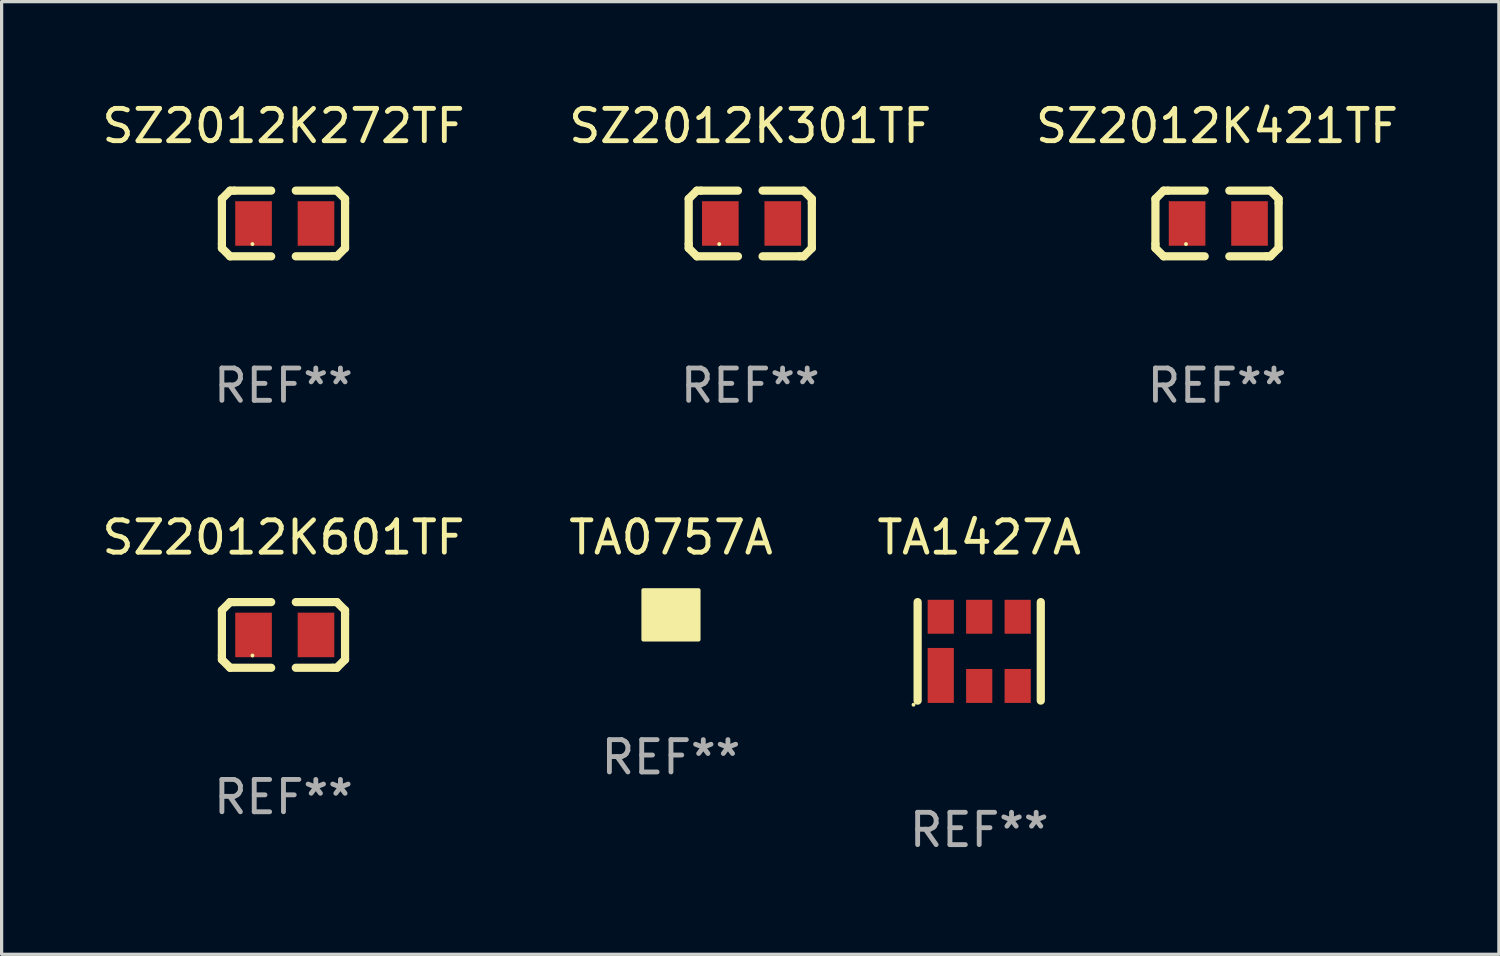
<source format=kicad_pcb>
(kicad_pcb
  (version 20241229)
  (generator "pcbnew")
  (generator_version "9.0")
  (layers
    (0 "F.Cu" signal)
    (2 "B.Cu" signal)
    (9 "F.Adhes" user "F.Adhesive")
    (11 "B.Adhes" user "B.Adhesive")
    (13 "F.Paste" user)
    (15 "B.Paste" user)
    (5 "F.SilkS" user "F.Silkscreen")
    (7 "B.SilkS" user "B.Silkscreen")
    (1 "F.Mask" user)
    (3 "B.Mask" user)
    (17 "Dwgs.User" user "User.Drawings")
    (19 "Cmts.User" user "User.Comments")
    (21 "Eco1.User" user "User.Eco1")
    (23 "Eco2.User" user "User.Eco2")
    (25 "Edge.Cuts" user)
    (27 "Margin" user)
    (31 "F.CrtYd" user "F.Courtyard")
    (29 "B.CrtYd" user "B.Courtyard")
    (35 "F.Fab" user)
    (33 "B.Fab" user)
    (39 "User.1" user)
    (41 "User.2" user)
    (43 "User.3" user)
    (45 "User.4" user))
  (footprint "SZ2012K272TF"
    (layer "F.Cu")
    (at 5.72 3.864)
    (property "Reference" "SZ2012K272TF" (at 0 -3.016 0) (layer "F.SilkS") (effects (font (size 1 1) (thickness 0.15))))
    (attr through_hole)
    (fp_line (start -1.905 -0.762) (end -1.905 0.635) (stroke (width 0.254) (type solid)) (layer "F.SilkS"))
    (fp_line (start -1.905 0.635) (end -1.905 0.762) (stroke (width 0.254) (type solid)) (layer "F.SilkS"))
    (fp_line (start -1.905 0.762) (end -1.651 1.016) (stroke (width 0.254) (type solid)) (layer "F.SilkS"))
    (fp_line (start -1.651 -1.016) (end -1.905 -0.762) (stroke (width 0.254) (type solid)) (layer "F.SilkS"))
    (fp_line (start -1.651 1.016) (end -0.381 1.016) (stroke (width 0.254) (type solid)) (layer "F.SilkS"))
    (fp_line (start -1.524 -1.016) (end -1.651 -1.016) (stroke (width 0.254) (type solid)) (layer "F.SilkS"))
    (fp_line (start -0.381 -1.016) (end -1.524 -1.016) (stroke (width 0.254) (type solid)) (layer "F.SilkS"))
    (fp_line (start 0.381 1.016) (end 1.524 1.016) (stroke (width 0.254) (type solid)) (layer "F.SilkS"))
    (fp_line (start 1.524 1.016) (end 1.651 1.016) (stroke (width 0.254) (type solid)) (layer "F.SilkS"))
    (fp_line (start 1.651 -1.016) (end 0.381 -1.016) (stroke (width 0.254) (type solid)) (layer "F.SilkS"))
    (fp_line (start 1.651 1.016) (end 1.905 0.762) (stroke (width 0.254) (type solid)) (layer "F.SilkS"))
    (fp_line (start 1.905 -0.762) (end 1.651 -1.016) (stroke (width 0.254) (type solid)) (layer "F.SilkS"))
    (fp_line (start 1.905 -0.635) (end 1.905 -0.762) (stroke (width 0.254) (type solid)) (layer "F.SilkS"))
    (fp_line (start 1.905 0.762) (end 1.905 -0.635) (stroke (width 0.254) (type solid)) (layer "F.SilkS"))
    (fp_circle (center -0.96 0.637) (end -0.93 0.637) (stroke (width 0.06) (type solid)) (fill no) (layer "F.SilkS"))
    (fp_text user "REF**" (at 0 5.016 0) (layer "F.Fab") (effects (font (size 1 1) (thickness 0.15))))
    (pad "1" smd rect (at -0.926 -0.000051) (size 1.133 1.377) (layers "F.Cu" "F.Mask" "F.Paste"))
    (pad "2" smd rect (at 1.006 -0.000051) (size 1.133 1.377) (layers "F.Cu" "F.Mask" "F.Paste")))
  (footprint "TA0757A"
    (layer "F.Cu")
    (at 17.708 15.977)
    (property "Reference" "TA0757A" (at 0 -2.4 0) (layer "F.SilkS") (effects (font (size 1 1) (thickness 0.15))))
    (attr through_hole)
    (fp_circle (center 0.725 -0.55) (end 0.755 -0.55) (stroke (width 0.06) (type solid)) (fill no) (layer "F.SilkS"))
    (fp_poly (pts (xy -0.855 -0.77) (xy 0.855 -0.77) (xy 0.855 0.76) (xy -0.855 0.76)) (stroke (width 0.12) (type solid)) (fill yes) (layer "F.SilkS"))
    (fp_text user "REF**" (at 0 4.4 0) (layer "F.Fab") (effects (font (size 1 1) (thickness 0.15))))
    (pad "A" smd rect (at 0.525 -0.4) (size 0.27 0.5) (layers "F.Cu" "F.Mask" "F.Paste"))
    (pad "B" smd rect (at 0.025 -0.4) (size 0.27 0.5) (layers "F.Cu" "F.Mask" "F.Paste"))
    (pad "C" smd rect (at -0.525 0) (size 0.4 0.4) (layers "F.Cu" "F.Mask" "F.Paste"))
    (pad "D" smd rect (at 0.025 0.4) (size 0.27 0.5) (layers "F.Cu" "F.Mask" "F.Paste"))
    (pad "E" smd rect (at 0.525 0.4) (size 0.27 0.5) (layers "F.Cu" "F.Mask" "F.Paste")))
  (footprint "SZ2012K601TF"
    (layer "F.Cu")
    (at 5.72 16.593)
    (property "Reference" "SZ2012K601TF" (at 0 -3.016 0) (layer "F.SilkS") (effects (font (size 1 1) (thickness 0.15))))
    (attr through_hole)
    (fp_line (start -1.905 -0.762) (end -1.905 0.635) (stroke (width 0.254) (type solid)) (layer "F.SilkS"))
    (fp_line (start -1.905 0.635) (end -1.905 0.762) (stroke (width 0.254) (type solid)) (layer "F.SilkS"))
    (fp_line (start -1.905 0.762) (end -1.651 1.016) (stroke (width 0.254) (type solid)) (layer "F.SilkS"))
    (fp_line (start -1.651 -1.016) (end -1.905 -0.762) (stroke (width 0.254) (type solid)) (layer "F.SilkS"))
    (fp_line (start -1.651 1.016) (end -0.381 1.016) (stroke (width 0.254) (type solid)) (layer "F.SilkS"))
    (fp_line (start -1.524 -1.016) (end -1.651 -1.016) (stroke (width 0.254) (type solid)) (layer "F.SilkS"))
    (fp_line (start -0.381 -1.016) (end -1.524 -1.016) (stroke (width 0.254) (type solid)) (layer "F.SilkS"))
    (fp_line (start 0.381 1.016) (end 1.524 1.016) (stroke (width 0.254) (type solid)) (layer "F.SilkS"))
    (fp_line (start 1.524 1.016) (end 1.651 1.016) (stroke (width 0.254) (type solid)) (layer "F.SilkS"))
    (fp_line (start 1.651 -1.016) (end 0.381 -1.016) (stroke (width 0.254) (type solid)) (layer "F.SilkS"))
    (fp_line (start 1.651 1.016) (end 1.905 0.762) (stroke (width 0.254) (type solid)) (layer "F.SilkS"))
    (fp_line (start 1.905 -0.762) (end 1.651 -1.016) (stroke (width 0.254) (type solid)) (layer "F.SilkS"))
    (fp_line (start 1.905 -0.635) (end 1.905 -0.762) (stroke (width 0.254) (type solid)) (layer "F.SilkS"))
    (fp_line (start 1.905 0.762) (end 1.905 -0.635) (stroke (width 0.254) (type solid)) (layer "F.SilkS"))
    (fp_circle (center -0.96 0.637) (end -0.93 0.637) (stroke (width 0.06) (type solid)) (fill no) (layer "F.SilkS"))
    (fp_text user "REF**" (at 0 5.016 0) (layer "F.Fab") (effects (font (size 1 1) (thickness 0.15))))
    (pad "1" smd rect (at -0.926 -0.000051) (size 1.133 1.377) (layers "F.Cu" "F.Mask" "F.Paste"))
    (pad "2" smd rect (at 1.006 -0.000051) (size 1.133 1.377) (layers "F.Cu" "F.Mask" "F.Paste")))
  (footprint "TA1427A"
    (layer "F.Cu")
    (at 27.244 17.101)
    (property "Reference" "TA1427A" (at 0 -3.524 0) (layer "F.SilkS") (effects (font (size 1 1) (thickness 0.15))))
    (attr through_hole)
    (fp_line (start -1.905 1.524) (end -1.905 -1.524) (stroke (width 0.254) (type solid)) (layer "F.SilkS"))
    (fp_line (start 1.905 1.524) (end 1.905 -1.524) (stroke (width 0.254) (type solid)) (layer "F.SilkS"))
    (fp_circle (center -2.032 1.651) (end -2.002 1.651) (stroke (width 0.06) (type solid)) (fill no) (layer "F.SilkS"))
    (fp_text user "REF**" (at 0 5.524 0) (layer "F.Fab") (effects (font (size 1 1) (thickness 0.15))))
    (pad "1" smd rect (at -1.19 0.745) (size 0.81 1.7) (layers "F.Cu" "F.Mask" "F.Paste"))
    (pad "2" smd rect (at 0 1.07) (size 0.81 1.05) (layers "F.Cu" "F.Mask" "F.Paste"))
    (pad "3" smd rect (at 1.19 1.07) (size 0.81 1.05) (layers "F.Cu" "F.Mask" "F.Paste"))
    (pad "4" smd rect (at 1.19 -1.07) (size 0.81 1.05) (layers "F.Cu" "F.Mask" "F.Paste"))
    (pad "5" smd rect (at 0 -1.07) (size 0.81 1.05) (layers "F.Cu" "F.Mask" "F.Paste"))
    (pad "6" smd rect (at -1.19 -1.07) (size 0.81 1.05) (layers "F.Cu" "F.Mask" "F.Paste")))
  (footprint "SZ2012K301TF"
    (layer "F.Cu")
    (at 20.161 3.864)
    (property "Reference" "SZ2012K301TF" (at 0 -3.016 0) (layer "F.SilkS") (effects (font (size 1 1) (thickness 0.15))))
    (attr through_hole)
    (fp_line (start -1.905 -0.762) (end -1.905 0.635) (stroke (width 0.254) (type solid)) (layer "F.SilkS"))
    (fp_line (start -1.905 0.635) (end -1.905 0.762) (stroke (width 0.254) (type solid)) (layer "F.SilkS"))
    (fp_line (start -1.905 0.762) (end -1.651 1.016) (stroke (width 0.254) (type solid)) (layer "F.SilkS"))
    (fp_line (start -1.651 -1.016) (end -1.905 -0.762) (stroke (width 0.254) (type solid)) (layer "F.SilkS"))
    (fp_line (start -1.651 1.016) (end -0.381 1.016) (stroke (width 0.254) (type solid)) (layer "F.SilkS"))
    (fp_line (start -1.524 -1.016) (end -1.651 -1.016) (stroke (width 0.254) (type solid)) (layer "F.SilkS"))
    (fp_line (start -0.381 -1.016) (end -1.524 -1.016) (stroke (width 0.254) (type solid)) (layer "F.SilkS"))
    (fp_line (start 0.381 1.016) (end 1.524 1.016) (stroke (width 0.254) (type solid)) (layer "F.SilkS"))
    (fp_line (start 1.524 1.016) (end 1.651 1.016) (stroke (width 0.254) (type solid)) (layer "F.SilkS"))
    (fp_line (start 1.651 -1.016) (end 0.381 -1.016) (stroke (width 0.254) (type solid)) (layer "F.SilkS"))
    (fp_line (start 1.651 1.016) (end 1.905 0.762) (stroke (width 0.254) (type solid)) (layer "F.SilkS"))
    (fp_line (start 1.905 -0.762) (end 1.651 -1.016) (stroke (width 0.254) (type solid)) (layer "F.SilkS"))
    (fp_line (start 1.905 -0.635) (end 1.905 -0.762) (stroke (width 0.254) (type solid)) (layer "F.SilkS"))
    (fp_line (start 1.905 0.762) (end 1.905 -0.635) (stroke (width 0.254) (type solid)) (layer "F.SilkS"))
    (fp_circle (center -0.96 0.637) (end -0.93 0.637) (stroke (width 0.06) (type solid)) (fill no) (layer "F.SilkS"))
    (fp_text user "REF**" (at 0 5.016 0) (layer "F.Fab") (effects (font (size 1 1) (thickness 0.15))))
    (pad "1" smd rect (at -0.926 -0.000051) (size 1.133 1.377) (layers "F.Cu" "F.Mask" "F.Paste"))
    (pad "2" smd rect (at 1.006 -0.000051) (size 1.133 1.377) (layers "F.Cu" "F.Mask" "F.Paste")))
  (footprint "SZ2012K421TF"
    (layer "F.Cu")
    (at 34.601 3.864)
    (property "Reference" "SZ2012K421TF" (at 0 -3.016 0) (layer "F.SilkS") (effects (font (size 1 1) (thickness 0.15))))
    (attr through_hole)
    (fp_line (start -1.905 -0.762) (end -1.905 0.635) (stroke (width 0.254) (type solid)) (layer "F.SilkS"))
    (fp_line (start -1.905 0.635) (end -1.905 0.762) (stroke (width 0.254) (type solid)) (layer "F.SilkS"))
    (fp_line (start -1.905 0.762) (end -1.651 1.016) (stroke (width 0.254) (type solid)) (layer "F.SilkS"))
    (fp_line (start -1.651 -1.016) (end -1.905 -0.762) (stroke (width 0.254) (type solid)) (layer "F.SilkS"))
    (fp_line (start -1.651 1.016) (end -0.381 1.016) (stroke (width 0.254) (type solid)) (layer "F.SilkS"))
    (fp_line (start -1.524 -1.016) (end -1.651 -1.016) (stroke (width 0.254) (type solid)) (layer "F.SilkS"))
    (fp_line (start -0.381 -1.016) (end -1.524 -1.016) (stroke (width 0.254) (type solid)) (layer "F.SilkS"))
    (fp_line (start 0.381 1.016) (end 1.524 1.016) (stroke (width 0.254) (type solid)) (layer "F.SilkS"))
    (fp_line (start 1.524 1.016) (end 1.651 1.016) (stroke (width 0.254) (type solid)) (layer "F.SilkS"))
    (fp_line (start 1.651 -1.016) (end 0.381 -1.016) (stroke (width 0.254) (type solid)) (layer "F.SilkS"))
    (fp_line (start 1.651 1.016) (end 1.905 0.762) (stroke (width 0.254) (type solid)) (layer "F.SilkS"))
    (fp_line (start 1.905 -0.762) (end 1.651 -1.016) (stroke (width 0.254) (type solid)) (layer "F.SilkS"))
    (fp_line (start 1.905 -0.635) (end 1.905 -0.762) (stroke (width 0.254) (type solid)) (layer "F.SilkS"))
    (fp_line (start 1.905 0.762) (end 1.905 -0.635) (stroke (width 0.254) (type solid)) (layer "F.SilkS"))
    (fp_circle (center -0.96 0.637) (end -0.93 0.637) (stroke (width 0.06) (type solid)) (fill no) (layer "F.SilkS"))
    (fp_text user "REF**" (at 0 5.016 0) (layer "F.Fab") (effects (font (size 1 1) (thickness 0.15))))
    (pad "1" smd rect (at -0.926 -0.000051) (size 1.133 1.377) (layers "F.Cu" "F.Mask" "F.Paste"))
    (pad "2" smd rect (at 1.006 -0.000051) (size 1.133 1.377) (layers "F.Cu" "F.Mask" "F.Paste")))
  (gr_rect
    (start -3 -3)
    (end 43.321 26.473)
    (stroke (width 0.1) (type default))
    (fill no)
    (layer "Edge.Cuts")))
</source>
